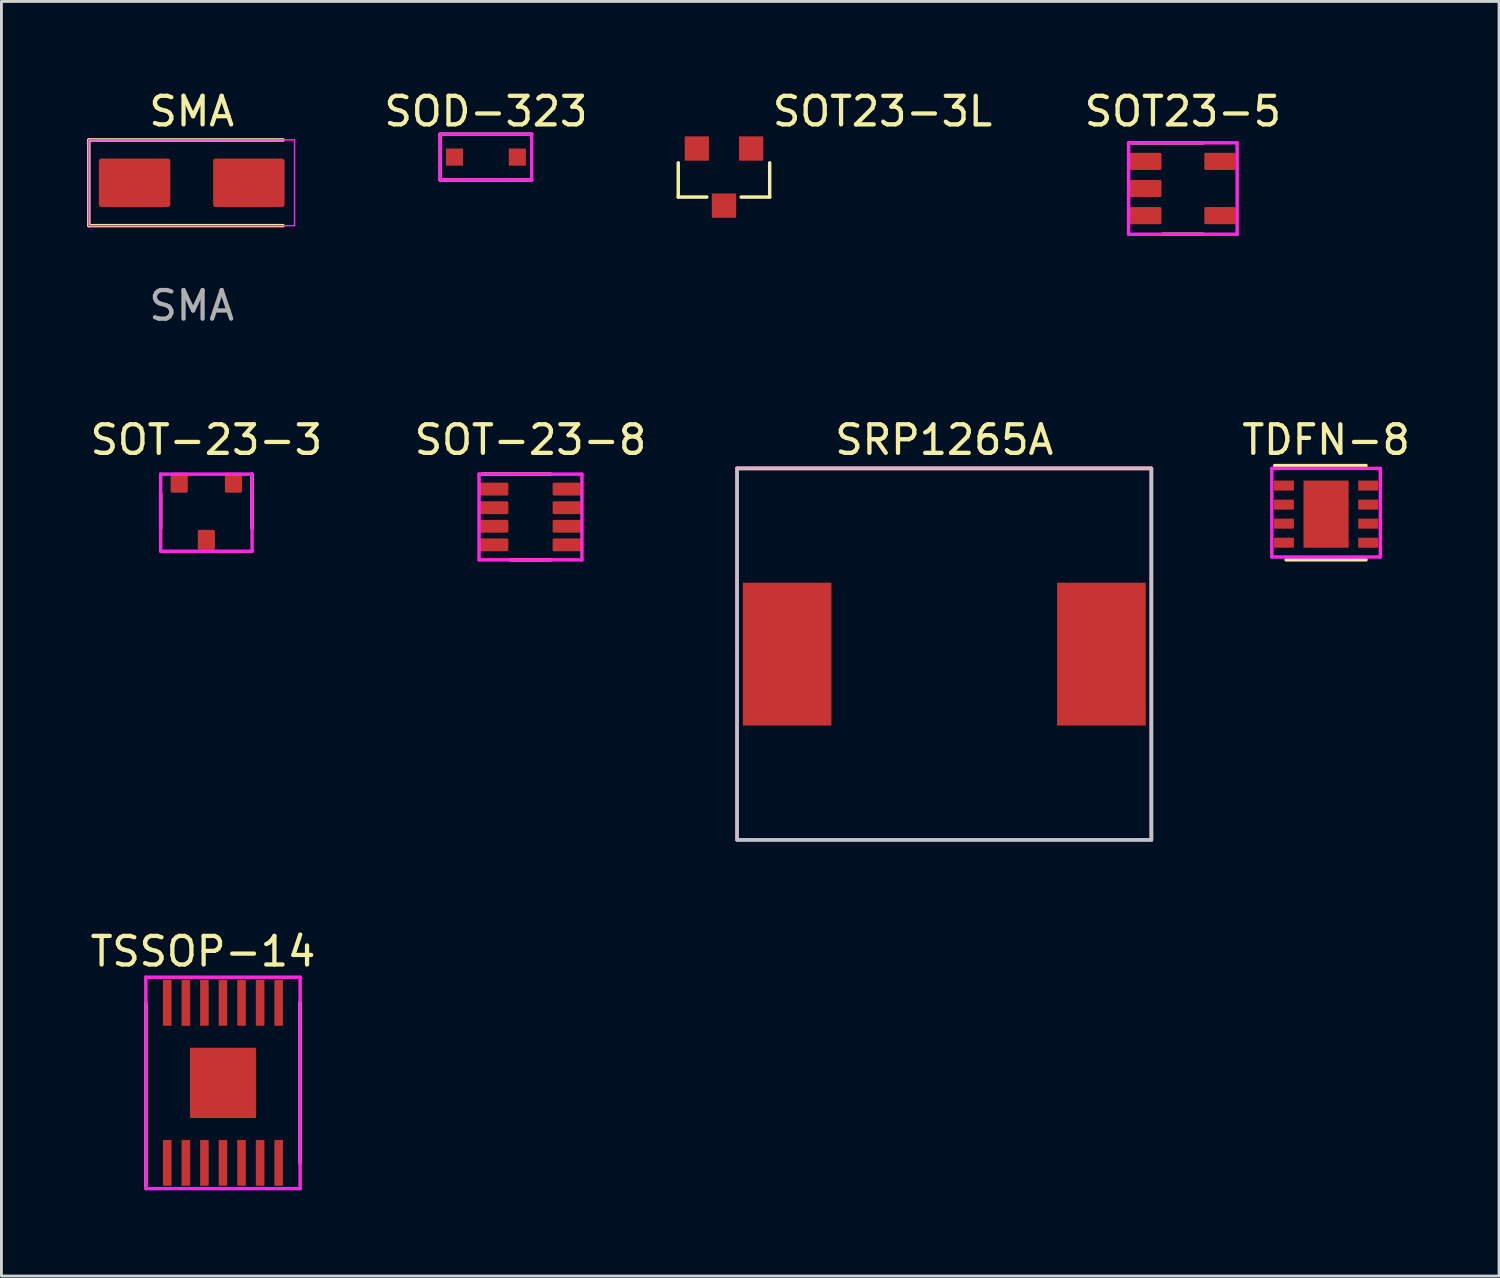
<source format=kicad_pcb>
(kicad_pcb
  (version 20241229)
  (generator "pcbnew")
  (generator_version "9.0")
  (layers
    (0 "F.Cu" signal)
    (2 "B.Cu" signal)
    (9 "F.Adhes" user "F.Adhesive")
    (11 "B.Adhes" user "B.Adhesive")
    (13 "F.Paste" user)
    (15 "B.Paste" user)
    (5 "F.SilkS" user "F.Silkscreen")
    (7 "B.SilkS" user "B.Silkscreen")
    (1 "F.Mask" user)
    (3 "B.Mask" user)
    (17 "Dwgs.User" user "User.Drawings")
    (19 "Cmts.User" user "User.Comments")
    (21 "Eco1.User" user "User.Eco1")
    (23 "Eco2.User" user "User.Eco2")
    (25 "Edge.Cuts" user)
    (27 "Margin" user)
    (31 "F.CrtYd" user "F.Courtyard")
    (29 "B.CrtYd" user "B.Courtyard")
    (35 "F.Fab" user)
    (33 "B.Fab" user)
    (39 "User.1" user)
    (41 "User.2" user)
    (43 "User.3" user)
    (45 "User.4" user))
  (footprint "SOT-23-3"
    (layer "F.Cu")
    (at 4.173 14.845)
    (property "Reference" "SOT-23-3" (at 0 -2.5 0) (unlocked yes) (layer "F.SilkS") (effects (font (size 1 1) (thickness 0.15))))
    (attr smd)
    (fp_line (start -1.6 0.6) (end -1.6 -0.6) (stroke (width 0.12) (type default)) (layer "F.SilkS"))
    (fp_line (start 1.6 -1.3) (end 1.6 0.6) (stroke (width 0.12) (type default)) (layer "F.SilkS"))
    (fp_line (start -1.6 -1.3) (end -1.6 1.4) (stroke (width 0.12) (type default)) (layer "F.CrtYd"))
    (fp_line (start -1.6 1.4) (end 1.6 1.4) (stroke (width 0.12) (type default)) (layer "F.CrtYd"))
    (fp_line (start 1.6 -1.3) (end -1.6 -1.3) (stroke (width 0.12) (type default)) (layer "F.CrtYd"))
    (fp_line (start 1.6 1.4) (end 1.6 -1.3) (stroke (width 0.12) (type default)) (layer "F.CrtYd"))
    (pad "1" smd roundrect (at 0.95 -1) (size 0.6 0.7) (layers "F.Cu" "F.Mask" "F.Paste") (roundrect_rratio 0.083))
    (pad "2" smd roundrect (at -0.95 -1) (size 0.6 0.7) (layers "F.Cu" "F.Mask" "F.Paste") (roundrect_rratio 0.083))
    (pad "3" smd roundrect (at 0 1) (size 0.6 0.7) (layers "F.Cu" "F.Mask" "F.Paste") (roundrect_rratio 0.083)))
  (footprint "SOT-23-8"
    (layer "F.Cu")
    (at 15.518 15.045)
    (property "Reference" "SOT-23-8" (at 0 -2.7 0) (unlocked yes) (layer "F.SilkS") (effects (font (size 1 1) (thickness 0.15))))
    (attr smd)
    (fp_line (start 0.7 -1.5) (end -1.7 -1.5) (stroke (width 0.12) (type default)) (layer "F.SilkS"))
    (fp_line (start 0.7 1.5) (end -0.7 1.5) (stroke (width 0.12) (type default)) (layer "F.SilkS"))
    (fp_line (start -1.8 -1.5) (end 1.8 -1.5) (stroke (width 0.12) (type default)) (layer "F.CrtYd"))
    (fp_line (start -1.8 1.5) (end -1.8 -1.5) (stroke (width 0.12) (type default)) (layer "F.CrtYd"))
    (fp_line (start 1.8 -1.5) (end 1.8 1.5) (stroke (width 0.12) (type default)) (layer "F.CrtYd"))
    (fp_line (start 1.8 1.5) (end -1.8 1.5) (stroke (width 0.12) (type default)) (layer "F.CrtYd"))
    (pad "1" smd roundrect (at -1.3 -0.975) (size 1.05 0.45) (layers "F.Cu" "F.Mask" "F.Paste") (roundrect_rratio 0.111))
    (pad "2" smd roundrect (at -1.3 -0.325) (size 1.05 0.45) (layers "F.Cu" "F.Mask" "F.Paste") (roundrect_rratio 0.111))
    (pad "3" smd roundrect (at -1.3 0.325) (size 1.05 0.45) (layers "F.Cu" "F.Mask" "F.Paste") (roundrect_rratio 0.111))
    (pad "4" smd roundrect (at -1.3 0.975) (size 1.05 0.45) (layers "F.Cu" "F.Mask" "F.Paste") (roundrect_rratio 0.111))
    (pad "5" smd roundrect (at 1.3 0.975) (size 1.05 0.45) (layers "F.Cu" "F.Mask" "F.Paste") (roundrect_rratio 0.111))
    (pad "6" smd roundrect (at 1.3 0.325) (size 1.05 0.45) (layers "F.Cu" "F.Mask" "F.Paste") (roundrect_rratio 0.111))
    (pad "7" smd roundrect (at 1.3 -0.325) (size 1.05 0.45) (layers "F.Cu" "F.Mask" "F.Paste") (roundrect_rratio 0.111))
    (pad "8" smd roundrect (at 1.3 -0.975) (size 1.05 0.45) (layers "F.Cu" "F.Mask" "F.Paste") (roundrect_rratio 0.111)))
  (footprint "SOT23-3L"
    (layer "F.Cu")
    (at 22.29 3.148)
    (property "Reference" "SOT23-3L" (at 5.55 -2.3 0) (unlocked yes) (layer "F.SilkS") (effects (font (size 1 1) (thickness 0.15))))
    (attr smd)
    (fp_line (start -1.6 0.7) (end -1.6 -0.5) (stroke (width 0.12) (type solid)) (layer "F.SilkS"))
    (fp_line (start -0.6 0.7) (end -1.6 0.7) (stroke (width 0.12) (type solid)) (layer "F.SilkS"))
    (fp_line (start 1.6 -0.5) (end 1.6 0.7) (stroke (width 0.12) (type solid)) (layer "F.SilkS"))
    (fp_line (start 1.6 0.7) (end 0.6 0.7) (stroke (width 0.12) (type solid)) (layer "F.SilkS"))
    (pad "1" smd rect (at 0.95 -1) (size 0.85 0.85) (layers "F.Cu" "F.Mask" "F.Paste"))
    (pad "2" smd rect (at -0.95 -1) (size 0.85 0.85) (layers "F.Cu" "F.Mask" "F.Paste"))
    (pad "3" smd rect (at 0 1) (size 0.85 0.85) (layers "F.Cu" "F.Mask" "F.Paste")))
  (footprint "TSSOP-14"
    (layer "F.Cu")
    (at 4.754 34.853)
    (property "Reference" "TSSOP-14" (at -0.7 -4.6 0) (unlocked yes) (layer "F.SilkS") (effects (font (size 1 1) (thickness 0.15))))
    (attr smd)
    (fp_line (start -2.7 3.6) (end -2.7 -2.8) (stroke (width 0.12) (type solid)) (layer "F.SilkS"))
    (fp_line (start 2.7 -2.8) (end 2.7 2.8) (stroke (width 0.12) (type solid)) (layer "F.SilkS"))
    (fp_line (start -2.7 -3.7) (end -2.7 3.7) (stroke (width 0.12) (type solid)) (layer "F.CrtYd"))
    (fp_line (start -2.7 3.7) (end 2.7 3.7) (stroke (width 0.12) (type solid)) (layer "F.CrtYd"))
    (fp_line (start 2.7 -3.7) (end -2.7 -3.7) (stroke (width 0.12) (type solid)) (layer "F.CrtYd"))
    (fp_line (start 2.7 3.7) (end 2.7 -3.7) (stroke (width 0.12) (type solid)) (layer "F.CrtYd"))
    (pad "1" smd rect (at -1.95 2.8) (size 0.3 1.6) (layers "F.Cu" "F.Mask" "F.Paste"))
    (pad "2" smd rect (at -1.3 2.8) (size 0.3 1.6) (layers "F.Cu" "F.Mask" "F.Paste"))
    (pad "3" smd rect (at -0.65 2.8) (size 0.3 1.6) (layers "F.Cu" "F.Mask" "F.Paste"))
    (pad "4" smd rect (at 0 2.8) (size 0.3 1.6) (layers "F.Cu" "F.Mask" "F.Paste"))
    (pad "5" smd rect (at 0.65 2.8) (size 0.3 1.6) (layers "F.Cu" "F.Mask" "F.Paste"))
    (pad "6" smd rect (at 1.3 2.8) (size 0.3 1.6) (layers "F.Cu" "F.Mask" "F.Paste"))
    (pad "7" smd rect (at 1.95 2.8) (size 0.3 1.6) (layers "F.Cu" "F.Mask" "F.Paste"))
    (pad "8" smd rect (at 1.95 -2.8) (size 0.3 1.6) (layers "F.Cu" "F.Mask" "F.Paste"))
    (pad "9" smd rect (at 1.3 -2.8) (size 0.3 1.6) (layers "F.Cu" "F.Mask" "F.Paste"))
    (pad "10" smd rect (at 0.65 -2.8) (size 0.3 1.6) (layers "F.Cu" "F.Mask" "F.Paste"))
    (pad "11" smd rect (at 0 -2.8) (size 0.3 1.6) (layers "F.Cu" "F.Mask" "F.Paste"))
    (pad "12" smd rect (at -0.65 -2.8) (size 0.3 1.6) (layers "F.Cu" "F.Mask" "F.Paste"))
    (pad "13" smd rect (at -1.3 -2.8) (size 0.3 1.6) (layers "F.Cu" "F.Mask" "F.Paste"))
    (pad "14" smd rect (at -1.95 -2.8) (size 0.3 1.6) (layers "F.Cu" "F.Mask" "F.Paste"))
    (pad "15" smd rect (at 0 0) (size 2.31 2.46) (layers "F.Cu" "F.Mask" "F.Paste")))
  (footprint "SRP1265A"
    (layer "F.Cu")
    (at 30 19.845)
    (property "Reference" "SRP1265A" (at 0 -7.5 0) (layer "F.SilkS") (effects (font (size 1 1) (thickness 0.15))))
    (attr through_hole)
    (fp_line (start -7.25 -6.5) (end -7.25 6.5) (stroke (width 0.12) (type solid)) (layer "F.SilkS"))
    (fp_line (start -7.25 6.5) (end 7.25 6.5) (stroke (width 0.12) (type solid)) (layer "F.SilkS"))
    (fp_line (start 7.25 -6.5) (end -7.25 -6.5) (stroke (width 0.12) (type solid)) (layer "F.SilkS"))
    (fp_line (start 7.25 6.5) (end 7.25 -6.5) (stroke (width 0.12) (type solid)) (layer "F.SilkS"))
    (fp_line (start -7.25 -6.5) (end 7.25 -6.5) (stroke (width 0.12) (type solid)) (layer "Dwgs.User"))
    (fp_line (start -7.25 0) (end -7.25 -6.5) (stroke (width 0.12) (type solid)) (layer "Dwgs.User"))
    (fp_line (start -7.25 6.5) (end -7.25 0) (stroke (width 0.12) (type solid)) (layer "Dwgs.User"))
    (fp_line (start 7.25 0) (end 7.25 -6.5) (stroke (width 0.12) (type solid)) (layer "Dwgs.User"))
    (fp_line (start 7.25 0) (end 7.25 6.5) (stroke (width 0.12) (type solid)) (layer "Dwgs.User"))
    (fp_line (start 7.25 6.5) (end -7.25 6.5) (stroke (width 0.12) (type solid)) (layer "Dwgs.User"))
    (fp_line (start -7.25 -6.5) (end -7.25 6.5) (stroke (width 0.12) (type solid)) (layer "F.CrtYd"))
    (fp_line (start -7.25 6.5) (end 7.25 6.5) (stroke (width 0.12) (type solid)) (layer "F.CrtYd"))
    (fp_line (start 7.25 -6.5) (end -7.25 -6.5) (stroke (width 0.12) (type solid)) (layer "F.CrtYd"))
    (fp_line (start 7.25 6.5) (end 7.25 -6.5) (stroke (width 0.12) (type solid)) (layer "F.CrtYd"))
    (fp_line (start -7.25 -6.5) (end -7.25 6.5) (stroke (width 0.12) (type solid)) (layer "F.Fab"))
    (fp_line (start -7.25 6.5) (end 7.25 6.5) (stroke (width 0.12) (type solid)) (layer "F.Fab"))
    (fp_line (start 7.25 -6.5) (end -7.25 -6.5) (stroke (width 0.12) (type solid)) (layer "F.Fab"))
    (fp_line (start 7.25 6.5) (end 7.25 -6.5) (stroke (width 0.12) (type solid)) (layer "F.Fab"))
    (pad "1" smd rect (at -5.5 0) (size 3.1 5) (layers "F.Cu" "F.Mask" "F.Paste"))
    (pad "2" smd rect (at 5.5 0) (size 3.1 5) (layers "F.Cu" "F.Mask" "F.Paste")))
  (footprint "SMA"
    (layer "F.Cu")
    (at 3.66 3.348)
    (property "Reference" "SMA" (at 0 -2.5 0) (unlocked yes) (layer "F.SilkS") (effects (font (size 1 1) (thickness 0.15))))
    (attr smd)
    (fp_line (start -3.6 -1.5) (end -3.6 1.5) (stroke (width 0.12) (type default)) (layer "F.SilkS"))
    (fp_line (start -3.6 1.5) (end 3.2 1.5) (stroke (width 0.12) (type default)) (layer "F.SilkS"))
    (fp_line (start 3.2 -1.5) (end -3.6 -1.5) (stroke (width 0.12) (type default)) (layer "F.SilkS"))
    (fp_line (start -3.6 -1.5) (end 3.6 -1.5) (stroke (width 0.05) (type default)) (layer "F.CrtYd"))
    (fp_line (start -3.6 1.5) (end -3.6 -1.5) (stroke (width 0.05) (type default)) (layer "F.CrtYd"))
    (fp_line (start 3.6 -1.5) (end 3.6 1.5) (stroke (width 0.05) (type default)) (layer "F.CrtYd"))
    (fp_line (start 3.6 1.5) (end -3.6 1.5) (stroke (width 0.05) (type default)) (layer "F.CrtYd"))
    (fp_text user "${REFERENCE}" (at 0 4.3 0) (unlocked yes) (layer "F.Fab") (effects (font (size 1 1) (thickness 0.15))))
    (pad "1" smd roundrect (at -2 0 180) (size 2.5 1.7) (layers "F.Cu" "F.Mask" "F.Paste") (roundrect_rratio 0.05))
    (pad "2" smd roundrect (at 2 0 180) (size 2.5 1.7) (layers "F.Cu" "F.Mask" "F.Paste") (roundrect_rratio 0.05)))
  (footprint "TDFN-8"
    (layer "F.Cu")
    (at 43.364 14.945)
    (property "Reference" "TDFN-8" (at 0 -2.6 0) (unlocked yes) (layer "F.SilkS") (effects (font (size 1 1) (thickness 0.15))))
    (attr smd)
    (fp_line (start -1.8 -1.7) (end 1.4 -1.7) (stroke (width 0.12) (type solid)) (layer "F.SilkS"))
    (fp_line (start 1.4 1.6) (end -1.4 1.6) (stroke (width 0.12) (type solid)) (layer "F.SilkS"))
    (fp_line (start -1.9 -1.6) (end 1.9 -1.6) (stroke (width 0.12) (type solid)) (layer "F.CrtYd"))
    (fp_line (start -1.9 1.5) (end -1.9 -1.6) (stroke (width 0.12) (type solid)) (layer "F.CrtYd"))
    (fp_line (start 1.9 -1.6) (end 1.9 1.4) (stroke (width 0.12) (type solid)) (layer "F.CrtYd"))
    (fp_line (start 1.9 1.4) (end 1.9 1.5) (stroke (width 0.12) (type solid)) (layer "F.CrtYd"))
    (fp_line (start 1.9 1.5) (end -1.9 1.5) (stroke (width 0.12) (type solid)) (layer "F.CrtYd"))
    (pad "1" smd rect (at -1.475 -1) (size 0.7 0.35) (layers "F.Cu" "F.Mask" "F.Paste"))
    (pad "2" smd rect (at -1.475 -0.333) (size 0.7 0.35) (layers "F.Cu" "F.Mask" "F.Paste"))
    (pad "3" smd rect (at -1.475 0.333) (size 0.7 0.35) (layers "F.Cu" "F.Mask" "F.Paste"))
    (pad "4" smd rect (at -1.475 1) (size 0.7 0.35) (layers "F.Cu" "F.Mask" "F.Paste"))
    (pad "5" smd rect (at 1.475 1) (size 0.7 0.35) (layers "F.Cu" "F.Mask" "F.Paste"))
    (pad "6" smd rect (at 1.475 0.333) (size 0.7 0.35) (layers "F.Cu" "F.Mask" "F.Paste"))
    (pad "7" smd rect (at 1.475 -0.333) (size 0.7 0.35) (layers "F.Cu" "F.Mask" "F.Paste"))
    (pad "8" smd rect (at 1.475 -1) (size 0.7 0.35) (layers "F.Cu" "F.Mask" "F.Paste"))
    (pad "9" smd rect (at 0 0) (size 1.58 2.35) (layers "F.Cu" "F.Mask" "F.Paste")))
  (footprint "SOD-323"
    (layer "F.Cu")
    (at 13.958 2.448)
    (property "Reference" "SOD-323" (at 0 -1.6 0) (unlocked yes) (layer "F.SilkS") (effects (font (size 1 1) (thickness 0.15))))
    (attr smd)
    (fp_line (start -1.6 -0.8) (end -1.6 0.8) (stroke (width 0.12) (type solid)) (layer "F.SilkS"))
    (fp_line (start -1.6 0.8) (end 1.6 0.8) (stroke (width 0.12) (type solid)) (layer "F.SilkS"))
    (fp_line (start 1.6 -0.8) (end -1.6 -0.8) (stroke (width 0.12) (type solid)) (layer "F.SilkS"))
    (fp_line (start -1.6 -0.8) (end -1.6 0.8) (stroke (width 0.12) (type solid)) (layer "F.CrtYd"))
    (fp_line (start -1.6 0.8) (end 1.6 0.8) (stroke (width 0.12) (type solid)) (layer "F.CrtYd"))
    (fp_line (start 1.6 -0.8) (end -1.6 -0.8) (stroke (width 0.12) (type solid)) (layer "F.CrtYd"))
    (fp_line (start 1.6 0.8) (end 1.6 -0.8) (stroke (width 0.12) (type solid)) (layer "F.CrtYd"))
    (pad "1" smd rect (at -1.1 0) (size 0.6 0.6) (layers "F.Cu" "F.Mask" "F.Paste"))
    (pad "2" smd rect (at 1.1 0) (size 0.6 0.6) (layers "F.Cu" "F.Mask" "F.Paste")))
  (footprint "SOT23-5"
    (layer "F.Cu")
    (at 38.352 3.548)
    (property "Reference" "SOT23-5" (at 0 -2.7 0) (unlocked yes) (layer "F.SilkS") (effects (font (size 1 1) (thickness 0.15))))
    (attr smd)
    (fp_line (start -0.7 1.6) (end 0.7 1.6) (stroke (width 0.12) (type default)) (layer "F.SilkS"))
    (fp_line (start 0.7 -1.6) (end -1.8 -1.6) (stroke (width 0.12) (type default)) (layer "F.SilkS"))
    (fp_line (start -1.9 -1.6) (end 1.9 -1.6) (stroke (width 0.12) (type default)) (layer "F.CrtYd"))
    (fp_line (start -1.9 1.6) (end -1.9 -1.6) (stroke (width 0.12) (type default)) (layer "F.CrtYd"))
    (fp_line (start 1.9 -1.6) (end 1.9 1.6) (stroke (width 0.12) (type default)) (layer "F.CrtYd"))
    (fp_line (start 1.9 1.6) (end -1.9 1.6) (stroke (width 0.12) (type default)) (layer "F.CrtYd"))
    (pad "1" smd roundrect (at -1.3 -0.95) (size 1.1 0.6) (layers "F.Cu" "F.Mask" "F.Paste") (roundrect_rratio 0.083))
    (pad "2" smd roundrect (at -1.3 0) (size 1.1 0.6) (layers "F.Cu" "F.Mask" "F.Paste") (roundrect_rratio 0.083))
    (pad "3" smd roundrect (at -1.3 0.95) (size 1.1 0.6) (layers "F.Cu" "F.Mask" "F.Paste") (roundrect_rratio 0.083))
    (pad "4" smd roundrect (at 1.3 0.95) (size 1.1 0.6) (layers "F.Cu" "F.Mask" "F.Paste") (roundrect_rratio 0.083))
    (pad "5" smd roundrect (at 1.3 -0.95) (size 1.1 0.6) (layers "F.Cu" "F.Mask" "F.Paste") (roundrect_rratio 0.083)))
  (gr_rect
    (start -3 -3)
    (end 49.418 41.613)
    (stroke (width 0.1) (type default))
    (fill no)
    (layer "Edge.Cuts")))
</source>
